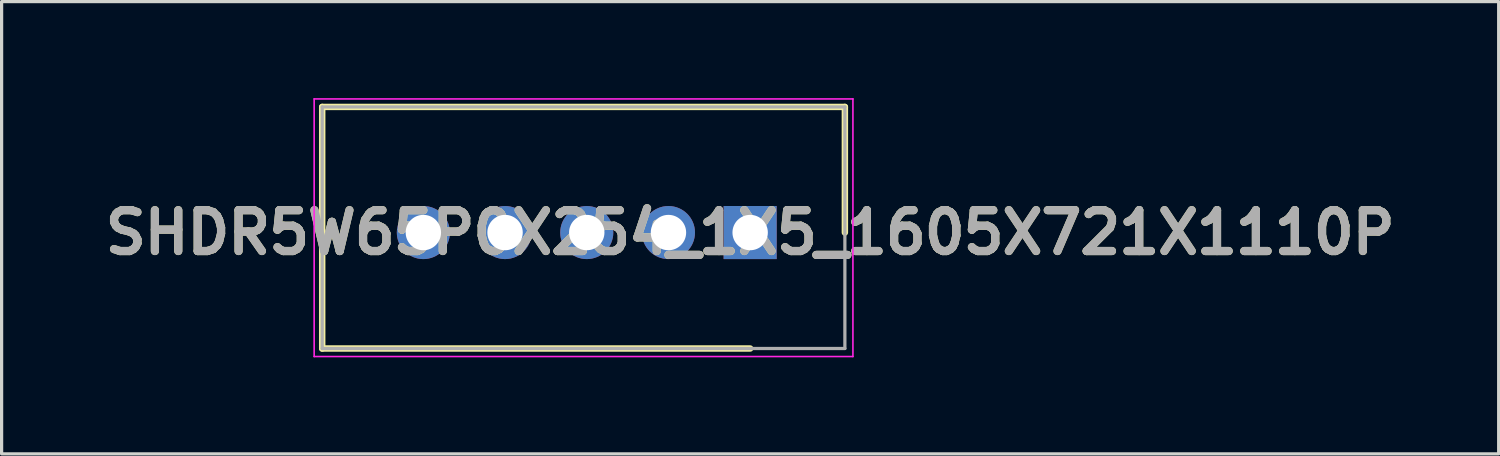
<source format=kicad_pcb>
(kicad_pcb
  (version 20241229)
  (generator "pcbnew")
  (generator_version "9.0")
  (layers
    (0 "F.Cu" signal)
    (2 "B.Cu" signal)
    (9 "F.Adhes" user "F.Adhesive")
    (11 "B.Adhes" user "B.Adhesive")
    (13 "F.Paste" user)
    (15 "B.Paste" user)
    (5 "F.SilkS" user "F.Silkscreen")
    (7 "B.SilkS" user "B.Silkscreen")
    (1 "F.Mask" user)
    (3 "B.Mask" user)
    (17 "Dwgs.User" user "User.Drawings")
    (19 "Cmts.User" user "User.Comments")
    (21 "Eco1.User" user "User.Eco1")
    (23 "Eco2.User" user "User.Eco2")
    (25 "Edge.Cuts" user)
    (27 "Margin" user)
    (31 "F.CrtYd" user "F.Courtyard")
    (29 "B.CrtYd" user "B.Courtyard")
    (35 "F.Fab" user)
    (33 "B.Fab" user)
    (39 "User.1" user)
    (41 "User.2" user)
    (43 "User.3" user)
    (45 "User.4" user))
  (footprint "SHDR5W65P0X254_1X5_1605X721X1110P"
    (layer "F.Cu")
    (at 20.272 4.18)
    (property "Reference" "SHDR5W65P0X254_1X5_1605X721X1110P" (at 0 0 0) (layer "F.SilkS") (effects (font (size 1.27 1.27) (thickness 0.254))))
    (attr through_hole)
    (fp_line (start -13.305 -3.905) (end 2.945 -3.905) (stroke (width 0.2) (type solid)) (layer "F.SilkS"))
    (fp_line (start -13.305 3.605) (end -13.305 -3.905) (stroke (width 0.2) (type solid)) (layer "F.SilkS"))
    (fp_line (start 0 3.605) (end -13.305 3.605) (stroke (width 0.2) (type solid)) (layer "F.SilkS"))
    (fp_line (start 2.945 -3.905) (end 2.945 0) (stroke (width 0.2) (type solid)) (layer "F.SilkS"))
    (fp_line (start -13.555 -4.155) (end 3.195 -4.155) (stroke (width 0.05) (type solid)) (layer "F.CrtYd"))
    (fp_line (start -13.555 3.855) (end -13.555 -4.155) (stroke (width 0.05) (type solid)) (layer "F.CrtYd"))
    (fp_line (start 3.195 -4.155) (end 3.195 3.855) (stroke (width 0.05) (type solid)) (layer "F.CrtYd"))
    (fp_line (start 3.195 3.855) (end -13.555 3.855) (stroke (width 0.05) (type solid)) (layer "F.CrtYd"))
    (fp_line (start -13.305 -3.905) (end 2.945 -3.905) (stroke (width 0.1) (type solid)) (layer "F.Fab"))
    (fp_line (start -13.305 3.605) (end -13.305 -3.905) (stroke (width 0.1) (type solid)) (layer "F.Fab"))
    (fp_line (start 2.945 -3.905) (end 2.945 3.605) (stroke (width 0.1) (type solid)) (layer "F.Fab"))
    (fp_line (start 2.945 3.605) (end -13.305 3.605) (stroke (width 0.1) (type solid)) (layer "F.Fab"))
    (fp_text user "${REFERENCE}" (at 0 0 0) (layer "F.Fab") (effects (font (size 1.27 1.27) (thickness 0.254))))
    (pad "1" thru_hole rect (at 0 0) (size 1.65 1.65) (drill 1.1) (layers "*.Cu" "*.Mask"))
    (pad "2" thru_hole circle (at -2.54 0) (size 1.65 1.65) (drill 1.1) (layers "*.Cu" "*.Mask"))
    (pad "3" thru_hole circle (at -5.08 0) (size 1.65 1.65) (drill 1.1) (layers "*.Cu" "*.Mask"))
    (pad "4" thru_hole circle (at -7.62 0) (size 1.65 1.65) (drill 1.1) (layers "*.Cu" "*.Mask"))
    (pad "5" thru_hole circle (at -10.16 0) (size 1.65 1.65) (drill 1.1) (layers "*.Cu" "*.Mask")))
  (gr_rect
    (start -3 -3)
    (end 43.543 11.06)
    (stroke (width 0.1) (type default))
    (fill no)
    (layer "Edge.Cuts")))
</source>
